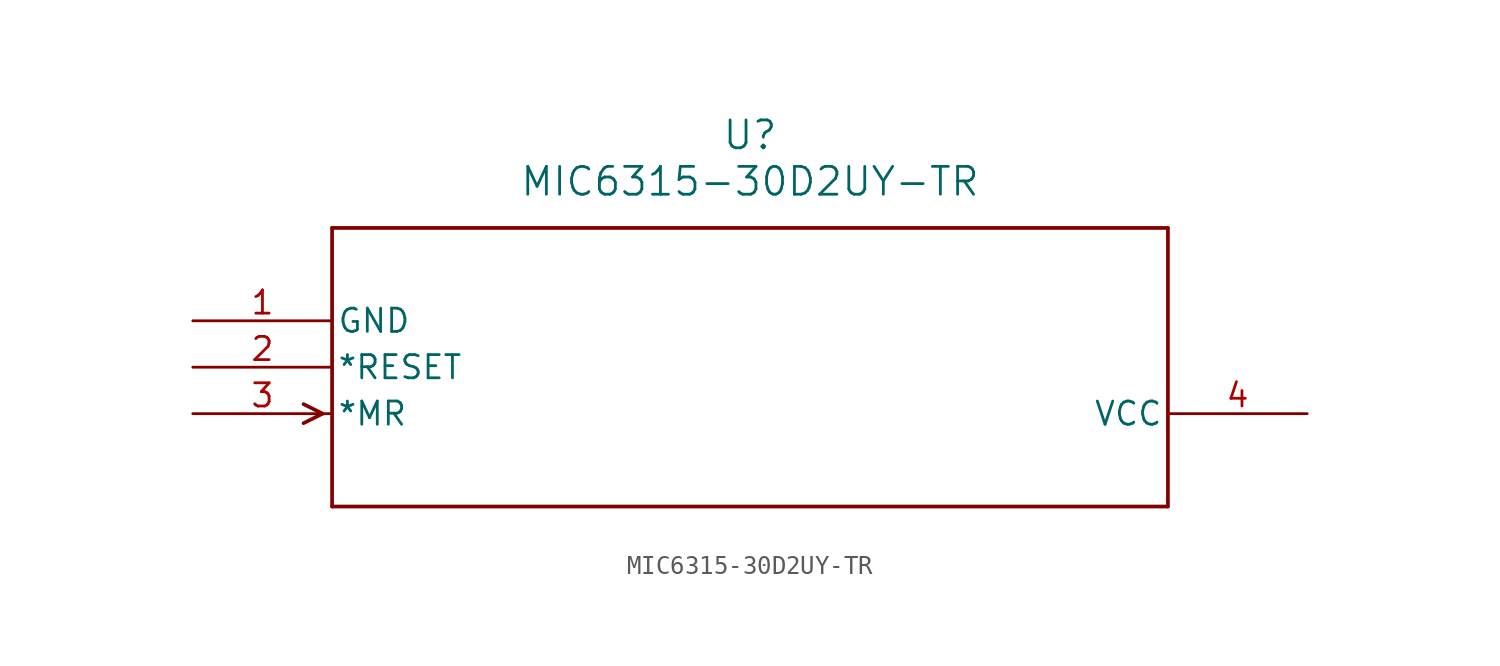
<source format=kicad_sym>
(kicad_symbol_lib
  (version 20211014)
  (generator kicad_symbol_editor)
  (symbol "MIC6315-30D2UY-TR"
    (pin_names
      (offset 0.254))
    (property "Reference" "U"
      (at 30.48 10.16 0)
      (effects (font (size 1.524 1.524))))
    (property "Value" "MIC6315-30D2UY-TR"
      (at 30.48 7.62 0)
      (effects (font (size 1.524 1.524))))
    (symbol "MIC6315-30D2UY-TR_0_1"
      (polyline (pts (xy 7.099 -5.08) (xy 6.058 -4.559)) (stroke (width 0.203) (type default) (color 0 0 0 0)) (fill (type none)))
      (polyline (pts (xy 7.099 -5.08) (xy 6.058 -5.601)) (stroke (width 0.203) (type default) (color 0 0 0 0)) (fill (type none)))
      (polyline (pts (xy 7.62 5.08) (xy 7.62 -10.16)) (stroke (width 0.203) (type default) (color 0 0 0 0)) (fill (type none)))
      (polyline (pts (xy 7.62 -10.16) (xy 53.34 -10.16)) (stroke (width 0.203) (type default) (color 0 0 0 0)) (fill (type none)))
      (polyline (pts (xy 53.34 -10.16) (xy 53.34 5.08)) (stroke (width 0.203) (type default) (color 0 0 0 0)) (fill (type none)))
      (polyline (pts (xy 53.34 5.08) (xy 7.62 5.08)) (stroke (width 0.203) (type default) (color 0 0 0 0)) (fill (type none)))
      (pin power_in line (at 0 0 0) (length 7.62) (name "GND" (effects (font (size 1.27 1.27)))) (number "1" (effects (font (size 1.27 1.27)))))
      (pin unspecified line (at 0 -2.54 0) (length 7.62) (name "*RESET" (effects (font (size 1.27 1.27)))) (number "2" (effects (font (size 1.27 1.27)))))
      (pin input line (at 0 -5.08 0) (length 7.62) (name "*MR" (effects (font (size 1.27 1.27)))) (number "3" (effects (font (size 1.27 1.27)))))
      (pin power_in line (at 60.96 -5.08 180) (length 7.62) (name "VCC" (effects (font (size 1.27 1.27)))) (number "4" (effects (font (size 1.27 1.27))))))))
</source>
